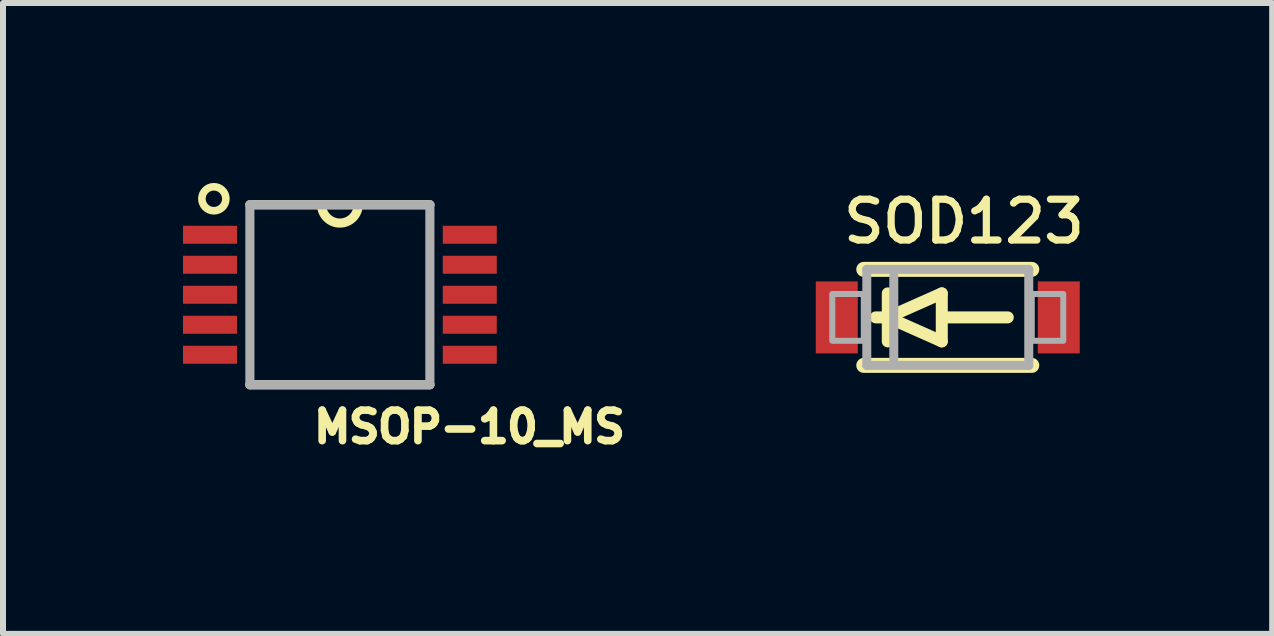
<source format=kicad_pcb>
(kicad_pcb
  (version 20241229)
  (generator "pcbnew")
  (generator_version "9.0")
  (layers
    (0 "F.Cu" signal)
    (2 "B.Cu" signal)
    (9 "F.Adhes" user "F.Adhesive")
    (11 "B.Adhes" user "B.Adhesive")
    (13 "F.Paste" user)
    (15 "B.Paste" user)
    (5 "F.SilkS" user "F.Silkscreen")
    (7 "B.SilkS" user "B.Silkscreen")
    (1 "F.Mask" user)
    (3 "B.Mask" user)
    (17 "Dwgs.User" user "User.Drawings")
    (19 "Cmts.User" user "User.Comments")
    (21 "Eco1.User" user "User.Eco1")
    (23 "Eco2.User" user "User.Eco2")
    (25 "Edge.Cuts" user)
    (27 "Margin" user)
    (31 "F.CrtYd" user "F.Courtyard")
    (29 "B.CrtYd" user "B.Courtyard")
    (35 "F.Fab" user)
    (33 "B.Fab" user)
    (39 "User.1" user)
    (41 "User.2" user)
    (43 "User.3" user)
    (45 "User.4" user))
  (footprint "SOD123"
    (layer "F.Cu")
    (at 12.747 2.24)
    (property "Reference" "SOD123" (at -1.8 -1.2 0) (layer "F.SilkS") (effects (font (size 0.68 0.68) (thickness 0.12)) (justify left bottom)))
    (fp_line (start -1.4 -0.8) (end 1.4 -0.8) (stroke (width 0.25) (type solid)) (layer "F.SilkS"))
    (fp_line (start -1.4 0.8) (end 1.4 0.8) (stroke (width 0.25) (type solid)) (layer "F.SilkS"))
    (fp_line (start -1.2 0) (end -1 0) (stroke (width 0.2) (type solid)) (layer "F.SilkS"))
    (fp_line (start -1 0) (end -1 -0.4) (stroke (width 0.2) (type solid)) (layer "F.SilkS"))
    (fp_line (start -1 0) (end -0.1 -0.4) (stroke (width 0.2) (type solid)) (layer "F.SilkS"))
    (fp_line (start -1 0.4) (end -1 0) (stroke (width 0.2) (type solid)) (layer "F.SilkS"))
    (fp_line (start -0.1 -0.4) (end -0.1 0.4) (stroke (width 0.2) (type solid)) (layer "F.SilkS"))
    (fp_line (start -0.1 0.4) (end -1 0) (stroke (width 0.2) (type solid)) (layer "F.SilkS"))
    (fp_line (start 0 0) (end 1 0) (stroke (width 0.2) (type solid)) (layer "F.SilkS"))
    (fp_line (start -1.35 -0.8) (end 1.35 -0.8) (stroke (width 0.15) (type solid)) (layer "F.Fab"))
    (fp_line (start -1.35 0.8) (end -1.35 -0.8) (stroke (width 0.15) (type solid)) (layer "F.Fab"))
    (fp_line (start -0.9 -0.7) (end -0.9 0.7) (stroke (width 0.15) (type solid)) (layer "F.Fab"))
    (fp_line (start 1.35 -0.8) (end 1.35 0.8) (stroke (width 0.15) (type solid)) (layer "F.Fab"))
    (fp_line (start 1.35 0.8) (end -1.35 0.8) (stroke (width 0.15) (type solid)) (layer "F.Fab"))
    (fp_poly (pts (xy -1.925 0.39) (xy -1.4 0.39) (xy -1.4 -0.39) (xy -1.925 -0.39)) (stroke (width 0.1) (type default)) (fill no) (layer "F.Fab"))
    (fp_poly (pts (xy 1.4 0.39) (xy 1.925 0.39) (xy 1.925 -0.39) (xy 1.4 -0.39)) (stroke (width 0.1) (type default)) (fill no) (layer "F.Fab"))
    (pad "A" smd rect (at 1.85 0) (size 0.7 1.2) (layers "F.Cu" "F.Mask" "F.Paste"))
    (pad "K" smd rect (at -1.85 0) (size 0.7 1.2) (layers "F.Cu" "F.Mask" "F.Paste")))
  (footprint "MSOP-10_MS"
    (layer "F.Cu")
    (at 2.615 1.863)
    (property "Reference" "MSOP-10_MS" (at -0.5 2.5 0) (layer "F.SilkS") (effects (font (size 0.508 0.508) (thickness 0.127)) (justify left bottom)))
    (fp_line (start -1.5 1.5) (end 1.5 1.5) (stroke (width 0.152) (type solid)) (layer "F.SilkS"))
    (fp_line (start 1.5 -1.5) (end -1.5 -1.5) (stroke (width 0.152) (type solid)) (layer "F.SilkS"))
    (fp_arc (start 0.3048 -1.5) (mid 0 -1.1952) (end -0.3048 -1.5) (stroke (width 0.1524) (type solid)) (layer "F.SilkS"))
    (fp_circle (center -2.1 -1.6) (end -1.9 -1.6) (stroke (width 0.127) (type solid)) (fill no) (layer "F.SilkS"))
    (fp_line (start -1.5 -1.5) (end -1.5 1.5) (stroke (width 0.152) (type solid)) (layer "F.Fab"))
    (fp_line (start -1.5 1.5) (end 1.5 1.5) (stroke (width 0.152) (type solid)) (layer "F.Fab"))
    (fp_line (start -0.305 -1.5) (end -1.5 -1.5) (stroke (width 0.152) (type solid)) (layer "F.Fab"))
    (fp_line (start 0.305 -1.5) (end -0.305 -1.5) (stroke (width 0.152) (type solid)) (layer "F.Fab"))
    (fp_line (start 1.5 -1.5) (end 0.305 -1.5) (stroke (width 0.152) (type solid)) (layer "F.Fab"))
    (fp_line (start 1.5 1.5) (end 1.5 -1.5) (stroke (width 0.152) (type solid)) (layer "F.Fab"))
    (pad "1" smd rect (at -2.165 -1) (size 0.9 0.3) (layers "F.Cu" "F.Mask" "F.Paste"))
    (pad "2" smd rect (at -2.165 -0.5) (size 0.9 0.3) (layers "F.Cu" "F.Mask" "F.Paste"))
    (pad "3" smd rect (at -2.165 0) (size 0.9 0.3) (layers "F.Cu" "F.Mask" "F.Paste"))
    (pad "4" smd rect (at -2.165 0.5) (size 0.9 0.3) (layers "F.Cu" "F.Mask" "F.Paste"))
    (pad "5" smd rect (at -2.165 1) (size 0.9 0.3) (layers "F.Cu" "F.Mask" "F.Paste"))
    (pad "6" smd rect (at 2.165 1) (size 0.9 0.3) (layers "F.Cu" "F.Mask" "F.Paste"))
    (pad "7" smd rect (at 2.165 0.5) (size 0.9 0.3) (layers "F.Cu" "F.Mask" "F.Paste"))
    (pad "8" smd rect (at 2.165 0) (size 0.9 0.3) (layers "F.Cu" "F.Mask" "F.Paste"))
    (pad "9" smd rect (at 2.165 -0.5) (size 0.9 0.3) (layers "F.Cu" "F.Mask" "F.Paste"))
    (pad "10" smd rect (at 2.165 -1) (size 0.9 0.3) (layers "F.Cu" "F.Mask" "F.Paste")))
  (gr_rect
    (start -3 -3)
    (end 18.154 7.515)
    (stroke (width 0.1) (type default))
    (fill no)
    (layer "Edge.Cuts")))
</source>
